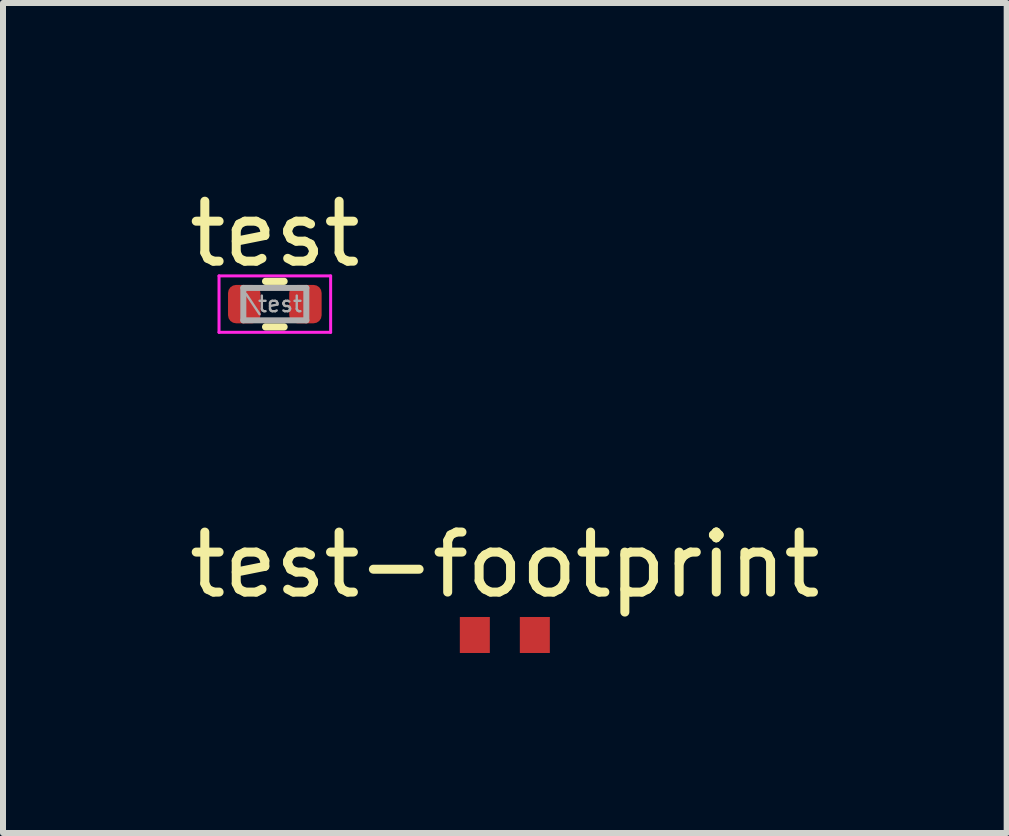
<source format=kicad_pcb>
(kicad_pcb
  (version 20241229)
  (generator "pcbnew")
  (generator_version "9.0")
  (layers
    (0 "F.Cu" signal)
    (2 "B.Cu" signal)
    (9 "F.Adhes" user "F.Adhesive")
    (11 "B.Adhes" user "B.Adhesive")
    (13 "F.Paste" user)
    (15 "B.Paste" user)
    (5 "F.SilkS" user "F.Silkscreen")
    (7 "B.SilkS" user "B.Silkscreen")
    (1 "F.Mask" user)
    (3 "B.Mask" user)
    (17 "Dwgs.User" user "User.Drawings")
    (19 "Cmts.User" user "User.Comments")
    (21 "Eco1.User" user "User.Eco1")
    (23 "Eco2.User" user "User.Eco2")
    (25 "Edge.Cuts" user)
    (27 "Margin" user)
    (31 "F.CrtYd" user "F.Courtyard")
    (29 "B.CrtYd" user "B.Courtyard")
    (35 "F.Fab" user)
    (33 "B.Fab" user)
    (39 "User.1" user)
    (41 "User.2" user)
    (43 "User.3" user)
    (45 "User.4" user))
  (footprint "test-footprint"
    (layer "F.Cu")
    (at 5.363 7.532)
    (property "Reference" "test-footprint" (at 0 -1.17 0) (layer "F.SilkS") (effects (font (size 1 1) (thickness 0.15))))
    (attr through_hole)
    (pad "1" smd rect (at -0.5 0) (size 0.5 0.6) (layers "F.Cu" "F.Mask" "F.Paste"))
    (pad "2" smd rect (at 0.5 0) (size 0.5 0.6) (layers "F.Cu" "F.Mask" "F.Paste")))
  (footprint "test"
    (layer "F.Cu")
    (at 1.53 2.018)
    (property "Reference" "test" (at 0 -1.17 0) (layer "F.SilkS") (effects (font (size 1 1) (thickness 0.15))))
    (attr smd)
    (fp_line (start -0.154 -0.38) (end 0.154 -0.38) (stroke (width 0.12) (type solid)) (layer "F.SilkS"))
    (fp_line (start -0.154 0.38) (end 0.154 0.38) (stroke (width 0.12) (type solid)) (layer "F.SilkS"))
    (fp_line (start -0.93 -0.47) (end 0.93 -0.47) (stroke (width 0.05) (type solid)) (layer "F.CrtYd"))
    (fp_line (start -0.93 0.47) (end -0.93 -0.47) (stroke (width 0.05) (type solid)) (layer "F.CrtYd"))
    (fp_line (start 0.93 -0.47) (end 0.93 0.47) (stroke (width 0.05) (type solid)) (layer "F.CrtYd"))
    (fp_line (start 0.93 0.47) (end -0.93 0.47) (stroke (width 0.05) (type solid)) (layer "F.CrtYd"))
    (fp_line (start -0.525 -0.27) (end 0.525 -0.27) (stroke (width 0.1) (type solid)) (layer "F.Fab"))
    (fp_line (start -0.525 0.27) (end -0.525 -0.27) (stroke (width 0.1) (type solid)) (layer "F.Fab"))
    (fp_line (start 0.525 -0.27) (end 0.525 0.27) (stroke (width 0.1) (type solid)) (layer "F.Fab"))
    (fp_line (start 0.525 0.27) (end -0.525 0.27) (stroke (width 0.1) (type solid)) (layer "F.Fab"))
    (fp_text user "\\${REFERENCE}" (at 0 0 0) (layer "F.Fab") (effects (font (size 0.26 0.26) (thickness 0.04))))
    (pad "1" smd roundrect (at -0.51 0) (size 0.54 0.64) (layers "F.Cu" "F.Mask" "F.Paste") (roundrect_rratio 0.25))
    (pad "2" smd roundrect (at 0.51 0) (size 0.54 0.64) (layers "F.Cu" "F.Mask" "F.Paste") (roundrect_rratio 0.25)))
  (gr_rect
    (start -3 -3)
    (end 13.726 10.832)
    (stroke (width 0.1) (type default))
    (fill no)
    (layer "Edge.Cuts")))
</source>
